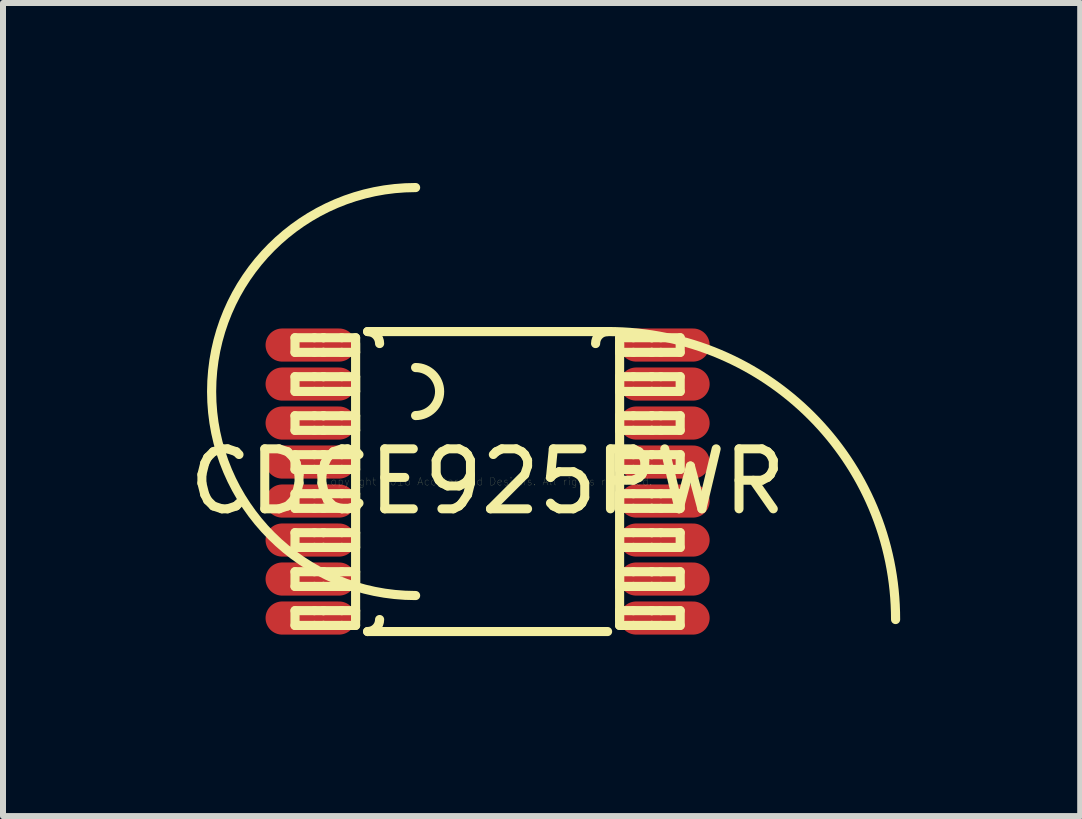
<source format=kicad_pcb>
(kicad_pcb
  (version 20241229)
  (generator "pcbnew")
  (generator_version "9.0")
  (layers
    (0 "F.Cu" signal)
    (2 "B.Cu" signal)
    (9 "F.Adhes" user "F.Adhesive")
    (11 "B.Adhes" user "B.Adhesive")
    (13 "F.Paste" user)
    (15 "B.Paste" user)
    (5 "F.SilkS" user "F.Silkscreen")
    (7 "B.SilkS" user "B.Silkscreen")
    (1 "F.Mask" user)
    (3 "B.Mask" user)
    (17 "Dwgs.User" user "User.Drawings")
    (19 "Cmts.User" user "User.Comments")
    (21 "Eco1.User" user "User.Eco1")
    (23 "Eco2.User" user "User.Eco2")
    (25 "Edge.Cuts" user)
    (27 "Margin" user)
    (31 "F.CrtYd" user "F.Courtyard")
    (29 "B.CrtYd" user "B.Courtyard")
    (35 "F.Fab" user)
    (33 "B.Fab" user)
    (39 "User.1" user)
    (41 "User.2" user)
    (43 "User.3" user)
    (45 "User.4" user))
  (footprint "CDCE925PWR"
    (layer "F.Cu")
    (at 5.077 4.976)
    (property "Reference" "CDCE925PWR" (at 0 0 0) (layer "F.SilkS") (effects (font (size 1 1) (thickness 0.15))))
    (attr through_hole)
    (fp_line (start -3.21 -2.397) (end -2.887 -2.397) (stroke (width 0.152) (type solid)) (layer "F.SilkS"))
    (fp_line (start -3.21 -2.153) (end -3.21 -2.397) (stroke (width 0.152) (type solid)) (layer "F.SilkS"))
    (fp_line (start -3.21 -2.153) (end -2.887 -2.153) (stroke (width 0.152) (type solid)) (layer "F.SilkS"))
    (fp_line (start -3.21 -1.748) (end -2.887 -1.748) (stroke (width 0.152) (type solid)) (layer "F.SilkS"))
    (fp_line (start -3.21 -1.502) (end -3.21 -1.748) (stroke (width 0.152) (type solid)) (layer "F.SilkS"))
    (fp_line (start -3.21 -1.502) (end -2.887 -1.502) (stroke (width 0.152) (type solid)) (layer "F.SilkS"))
    (fp_line (start -3.21 -1.097) (end -2.887 -1.097) (stroke (width 0.152) (type solid)) (layer "F.SilkS"))
    (fp_line (start -3.21 -0.853) (end -3.21 -1.097) (stroke (width 0.152) (type solid)) (layer "F.SilkS"))
    (fp_line (start -3.21 -0.853) (end -2.887 -0.853) (stroke (width 0.152) (type solid)) (layer "F.SilkS"))
    (fp_line (start -3.21 -0.448) (end -2.887 -0.448) (stroke (width 0.152) (type solid)) (layer "F.SilkS"))
    (fp_line (start -3.21 -0.202) (end -3.21 -0.448) (stroke (width 0.152) (type solid)) (layer "F.SilkS"))
    (fp_line (start -3.21 -0.202) (end -2.887 -0.202) (stroke (width 0.152) (type solid)) (layer "F.SilkS"))
    (fp_line (start -3.21 0.203) (end -2.887 0.203) (stroke (width 0.152) (type solid)) (layer "F.SilkS"))
    (fp_line (start -3.21 0.447) (end -3.21 0.203) (stroke (width 0.152) (type solid)) (layer "F.SilkS"))
    (fp_line (start -3.21 0.447) (end -2.887 0.447) (stroke (width 0.152) (type solid)) (layer "F.SilkS"))
    (fp_line (start -3.21 0.852) (end -2.887 0.852) (stroke (width 0.152) (type solid)) (layer "F.SilkS"))
    (fp_line (start -3.21 1.098) (end -3.21 0.852) (stroke (width 0.152) (type solid)) (layer "F.SilkS"))
    (fp_line (start -3.21 1.098) (end -2.887 1.098) (stroke (width 0.152) (type solid)) (layer "F.SilkS"))
    (fp_line (start -3.21 1.503) (end -2.887 1.503) (stroke (width 0.152) (type solid)) (layer "F.SilkS"))
    (fp_line (start -3.21 1.748) (end -3.21 1.503) (stroke (width 0.152) (type solid)) (layer "F.SilkS"))
    (fp_line (start -3.21 1.748) (end -2.887 1.748) (stroke (width 0.152) (type solid)) (layer "F.SilkS"))
    (fp_line (start -3.21 2.152) (end -2.887 2.152) (stroke (width 0.152) (type solid)) (layer "F.SilkS"))
    (fp_line (start -3.21 2.398) (end -3.21 2.152) (stroke (width 0.152) (type solid)) (layer "F.SilkS"))
    (fp_line (start -3.21 2.398) (end -2.887 2.398) (stroke (width 0.152) (type solid)) (layer "F.SilkS"))
    (fp_line (start -2.887 -2.397) (end -2.739 -2.397) (stroke (width 0.152) (type solid)) (layer "F.SilkS"))
    (fp_line (start -2.887 -2.153) (end -2.739 -2.153) (stroke (width 0.152) (type solid)) (layer "F.SilkS"))
    (fp_line (start -2.887 -1.748) (end -2.739 -1.748) (stroke (width 0.152) (type solid)) (layer "F.SilkS"))
    (fp_line (start -2.887 -1.502) (end -2.739 -1.502) (stroke (width 0.152) (type solid)) (layer "F.SilkS"))
    (fp_line (start -2.887 -1.097) (end -2.739 -1.097) (stroke (width 0.152) (type solid)) (layer "F.SilkS"))
    (fp_line (start -2.887 -0.853) (end -2.739 -0.853) (stroke (width 0.152) (type solid)) (layer "F.SilkS"))
    (fp_line (start -2.887 -0.448) (end -2.739 -0.448) (stroke (width 0.152) (type solid)) (layer "F.SilkS"))
    (fp_line (start -2.887 -0.202) (end -2.739 -0.202) (stroke (width 0.152) (type solid)) (layer "F.SilkS"))
    (fp_line (start -2.887 0.203) (end -2.739 0.203) (stroke (width 0.152) (type solid)) (layer "F.SilkS"))
    (fp_line (start -2.887 0.447) (end -2.739 0.447) (stroke (width 0.152) (type solid)) (layer "F.SilkS"))
    (fp_line (start -2.887 0.852) (end -2.739 0.852) (stroke (width 0.152) (type solid)) (layer "F.SilkS"))
    (fp_line (start -2.887 1.098) (end -2.739 1.098) (stroke (width 0.152) (type solid)) (layer "F.SilkS"))
    (fp_line (start -2.887 1.503) (end -2.739 1.503) (stroke (width 0.152) (type solid)) (layer "F.SilkS"))
    (fp_line (start -2.887 1.748) (end -2.739 1.748) (stroke (width 0.152) (type solid)) (layer "F.SilkS"))
    (fp_line (start -2.887 2.152) (end -2.739 2.152) (stroke (width 0.152) (type solid)) (layer "F.SilkS"))
    (fp_line (start -2.887 2.398) (end -2.739 2.398) (stroke (width 0.152) (type solid)) (layer "F.SilkS"))
    (fp_line (start -2.739 -2.397) (end -2.733 -2.397) (stroke (width 0.152) (type solid)) (layer "F.SilkS"))
    (fp_line (start -2.739 -2.153) (end -2.733 -2.153) (stroke (width 0.152) (type solid)) (layer "F.SilkS"))
    (fp_line (start -2.739 -1.748) (end -2.733 -1.748) (stroke (width 0.152) (type solid)) (layer "F.SilkS"))
    (fp_line (start -2.739 -1.502) (end -2.733 -1.502) (stroke (width 0.152) (type solid)) (layer "F.SilkS"))
    (fp_line (start -2.739 -1.097) (end -2.733 -1.097) (stroke (width 0.152) (type solid)) (layer "F.SilkS"))
    (fp_line (start -2.739 -0.853) (end -2.733 -0.853) (stroke (width 0.152) (type solid)) (layer "F.SilkS"))
    (fp_line (start -2.739 -0.448) (end -2.733 -0.448) (stroke (width 0.152) (type solid)) (layer "F.SilkS"))
    (fp_line (start -2.739 -0.202) (end -2.733 -0.202) (stroke (width 0.152) (type solid)) (layer "F.SilkS"))
    (fp_line (start -2.739 0.203) (end -2.733 0.203) (stroke (width 0.152) (type solid)) (layer "F.SilkS"))
    (fp_line (start -2.739 0.447) (end -2.733 0.447) (stroke (width 0.152) (type solid)) (layer "F.SilkS"))
    (fp_line (start -2.739 0.852) (end -2.733 0.852) (stroke (width 0.152) (type solid)) (layer "F.SilkS"))
    (fp_line (start -2.739 1.098) (end -2.733 1.098) (stroke (width 0.152) (type solid)) (layer "F.SilkS"))
    (fp_line (start -2.739 1.503) (end -2.733 1.503) (stroke (width 0.152) (type solid)) (layer "F.SilkS"))
    (fp_line (start -2.739 1.748) (end -2.733 1.748) (stroke (width 0.152) (type solid)) (layer "F.SilkS"))
    (fp_line (start -2.739 2.152) (end -2.733 2.152) (stroke (width 0.152) (type solid)) (layer "F.SilkS"))
    (fp_line (start -2.739 2.398) (end -2.733 2.398) (stroke (width 0.152) (type solid)) (layer "F.SilkS"))
    (fp_line (start -2.733 -2.397) (end -2.431 -2.397) (stroke (width 0.152) (type solid)) (layer "F.SilkS"))
    (fp_line (start -2.733 -2.153) (end -2.431 -2.153) (stroke (width 0.152) (type solid)) (layer "F.SilkS"))
    (fp_line (start -2.733 -1.748) (end -2.431 -1.748) (stroke (width 0.152) (type solid)) (layer "F.SilkS"))
    (fp_line (start -2.733 -1.502) (end -2.431 -1.502) (stroke (width 0.152) (type solid)) (layer "F.SilkS"))
    (fp_line (start -2.733 -1.097) (end -2.431 -1.097) (stroke (width 0.152) (type solid)) (layer "F.SilkS"))
    (fp_line (start -2.733 -0.853) (end -2.431 -0.853) (stroke (width 0.152) (type solid)) (layer "F.SilkS"))
    (fp_line (start -2.733 -0.448) (end -2.431 -0.448) (stroke (width 0.152) (type solid)) (layer "F.SilkS"))
    (fp_line (start -2.733 -0.202) (end -2.431 -0.202) (stroke (width 0.152) (type solid)) (layer "F.SilkS"))
    (fp_line (start -2.733 0.203) (end -2.431 0.203) (stroke (width 0.152) (type solid)) (layer "F.SilkS"))
    (fp_line (start -2.733 0.447) (end -2.431 0.447) (stroke (width 0.152) (type solid)) (layer "F.SilkS"))
    (fp_line (start -2.733 0.852) (end -2.431 0.852) (stroke (width 0.152) (type solid)) (layer "F.SilkS"))
    (fp_line (start -2.733 1.098) (end -2.431 1.098) (stroke (width 0.152) (type solid)) (layer "F.SilkS"))
    (fp_line (start -2.733 1.503) (end -2.431 1.503) (stroke (width 0.152) (type solid)) (layer "F.SilkS"))
    (fp_line (start -2.733 1.748) (end -2.431 1.748) (stroke (width 0.152) (type solid)) (layer "F.SilkS"))
    (fp_line (start -2.733 2.152) (end -2.431 2.152) (stroke (width 0.152) (type solid)) (layer "F.SilkS"))
    (fp_line (start -2.733 2.398) (end -2.431 2.398) (stroke (width 0.152) (type solid)) (layer "F.SilkS"))
    (fp_line (start -2.431 -2.397) (end -2.2 -2.397) (stroke (width 0.152) (type solid)) (layer "F.SilkS"))
    (fp_line (start -2.431 -2.153) (end -2.2 -2.153) (stroke (width 0.152) (type solid)) (layer "F.SilkS"))
    (fp_line (start -2.431 -1.748) (end -2.2 -1.748) (stroke (width 0.152) (type solid)) (layer "F.SilkS"))
    (fp_line (start -2.431 -1.502) (end -2.2 -1.502) (stroke (width 0.152) (type solid)) (layer "F.SilkS"))
    (fp_line (start -2.431 -1.097) (end -2.2 -1.097) (stroke (width 0.152) (type solid)) (layer "F.SilkS"))
    (fp_line (start -2.431 -0.853) (end -2.2 -0.853) (stroke (width 0.152) (type solid)) (layer "F.SilkS"))
    (fp_line (start -2.431 -0.448) (end -2.2 -0.448) (stroke (width 0.152) (type solid)) (layer "F.SilkS"))
    (fp_line (start -2.431 -0.202) (end -2.2 -0.202) (stroke (width 0.152) (type solid)) (layer "F.SilkS"))
    (fp_line (start -2.431 0.203) (end -2.2 0.203) (stroke (width 0.152) (type solid)) (layer "F.SilkS"))
    (fp_line (start -2.431 0.447) (end -2.2 0.447) (stroke (width 0.152) (type solid)) (layer "F.SilkS"))
    (fp_line (start -2.431 0.852) (end -2.2 0.852) (stroke (width 0.152) (type solid)) (layer "F.SilkS"))
    (fp_line (start -2.431 1.098) (end -2.2 1.098) (stroke (width 0.152) (type solid)) (layer "F.SilkS"))
    (fp_line (start -2.431 1.503) (end -2.2 1.503) (stroke (width 0.152) (type solid)) (layer "F.SilkS"))
    (fp_line (start -2.431 1.748) (end -2.2 1.748) (stroke (width 0.152) (type solid)) (layer "F.SilkS"))
    (fp_line (start -2.431 2.152) (end -2.2 2.152) (stroke (width 0.152) (type solid)) (layer "F.SilkS"))
    (fp_line (start -2.431 2.398) (end -2.2 2.398) (stroke (width 0.152) (type solid)) (layer "F.SilkS"))
    (fp_line (start -2.2 -2.153) (end -2.2 -2.397) (stroke (width 0.152) (type solid)) (layer "F.SilkS"))
    (fp_line (start -2.2 -1.502) (end -2.2 -1.748) (stroke (width 0.152) (type solid)) (layer "F.SilkS"))
    (fp_line (start -2.2 -0.853) (end -2.2 -1.097) (stroke (width 0.152) (type solid)) (layer "F.SilkS"))
    (fp_line (start -2.2 -0.202) (end -2.2 -0.448) (stroke (width 0.152) (type solid)) (layer "F.SilkS"))
    (fp_line (start -2.2 0.447) (end -2.2 0.203) (stroke (width 0.152) (type solid)) (layer "F.SilkS"))
    (fp_line (start -2.2 1.098) (end -2.2 0.852) (stroke (width 0.152) (type solid)) (layer "F.SilkS"))
    (fp_line (start -2.2 1.748) (end -2.2 1.503) (stroke (width 0.152) (type solid)) (layer "F.SilkS"))
    (fp_line (start -2.2 2.3) (end -2.2 -2.3) (stroke (width 0.152) (type solid)) (layer "F.SilkS"))
    (fp_line (start -2.2 2.398) (end -2.2 2.152) (stroke (width 0.152) (type solid)) (layer "F.SilkS"))
    (fp_line (start -2 -2.5) (end 2 -2.5) (stroke (width 0.152) (type solid)) (layer "F.SilkS"))
    (fp_line (start -2 2.5) (end 2 2.5) (stroke (width 0.152) (type solid)) (layer "F.SilkS"))
    (fp_line (start 2.2 -2.397) (end 2.43 -2.397) (stroke (width 0.152) (type solid)) (layer "F.SilkS"))
    (fp_line (start 2.2 -2.153) (end 2.2 -2.397) (stroke (width 0.152) (type solid)) (layer "F.SilkS"))
    (fp_line (start 2.2 -2.153) (end 2.43 -2.153) (stroke (width 0.152) (type solid)) (layer "F.SilkS"))
    (fp_line (start 2.2 -1.748) (end 2.43 -1.748) (stroke (width 0.152) (type solid)) (layer "F.SilkS"))
    (fp_line (start 2.2 -1.502) (end 2.2 -1.748) (stroke (width 0.152) (type solid)) (layer "F.SilkS"))
    (fp_line (start 2.2 -1.502) (end 2.43 -1.502) (stroke (width 0.152) (type solid)) (layer "F.SilkS"))
    (fp_line (start 2.2 -1.097) (end 2.43 -1.097) (stroke (width 0.152) (type solid)) (layer "F.SilkS"))
    (fp_line (start 2.2 -0.853) (end 2.2 -1.097) (stroke (width 0.152) (type solid)) (layer "F.SilkS"))
    (fp_line (start 2.2 -0.853) (end 2.43 -0.853) (stroke (width 0.152) (type solid)) (layer "F.SilkS"))
    (fp_line (start 2.2 -0.448) (end 2.43 -0.448) (stroke (width 0.152) (type solid)) (layer "F.SilkS"))
    (fp_line (start 2.2 -0.202) (end 2.2 -0.448) (stroke (width 0.152) (type solid)) (layer "F.SilkS"))
    (fp_line (start 2.2 -0.202) (end 2.43 -0.202) (stroke (width 0.152) (type solid)) (layer "F.SilkS"))
    (fp_line (start 2.2 0.203) (end 2.43 0.203) (stroke (width 0.152) (type solid)) (layer "F.SilkS"))
    (fp_line (start 2.2 0.447) (end 2.2 0.203) (stroke (width 0.152) (type solid)) (layer "F.SilkS"))
    (fp_line (start 2.2 0.447) (end 2.43 0.447) (stroke (width 0.152) (type solid)) (layer "F.SilkS"))
    (fp_line (start 2.2 0.852) (end 2.43 0.852) (stroke (width 0.152) (type solid)) (layer "F.SilkS"))
    (fp_line (start 2.2 1.098) (end 2.2 0.852) (stroke (width 0.152) (type solid)) (layer "F.SilkS"))
    (fp_line (start 2.2 1.098) (end 2.43 1.098) (stroke (width 0.152) (type solid)) (layer "F.SilkS"))
    (fp_line (start 2.2 1.503) (end 2.43 1.503) (stroke (width 0.152) (type solid)) (layer "F.SilkS"))
    (fp_line (start 2.2 1.748) (end 2.2 1.503) (stroke (width 0.152) (type solid)) (layer "F.SilkS"))
    (fp_line (start 2.2 1.748) (end 2.43 1.748) (stroke (width 0.152) (type solid)) (layer "F.SilkS"))
    (fp_line (start 2.2 2.152) (end 2.43 2.152) (stroke (width 0.152) (type solid)) (layer "F.SilkS"))
    (fp_line (start 2.2 2.3) (end 2.2 -2.3) (stroke (width 0.152) (type solid)) (layer "F.SilkS"))
    (fp_line (start 2.2 2.398) (end 2.2 2.152) (stroke (width 0.152) (type solid)) (layer "F.SilkS"))
    (fp_line (start 2.2 2.398) (end 2.43 2.398) (stroke (width 0.152) (type solid)) (layer "F.SilkS"))
    (fp_line (start 2.43 -2.397) (end 2.733 -2.397) (stroke (width 0.152) (type solid)) (layer "F.SilkS"))
    (fp_line (start 2.43 -2.153) (end 2.733 -2.153) (stroke (width 0.152) (type solid)) (layer "F.SilkS"))
    (fp_line (start 2.43 -1.748) (end 2.733 -1.748) (stroke (width 0.152) (type solid)) (layer "F.SilkS"))
    (fp_line (start 2.43 -1.502) (end 2.733 -1.502) (stroke (width 0.152) (type solid)) (layer "F.SilkS"))
    (fp_line (start 2.43 -1.097) (end 2.733 -1.097) (stroke (width 0.152) (type solid)) (layer "F.SilkS"))
    (fp_line (start 2.43 -0.853) (end 2.733 -0.853) (stroke (width 0.152) (type solid)) (layer "F.SilkS"))
    (fp_line (start 2.43 -0.448) (end 2.733 -0.448) (stroke (width 0.152) (type solid)) (layer "F.SilkS"))
    (fp_line (start 2.43 -0.202) (end 2.733 -0.202) (stroke (width 0.152) (type solid)) (layer "F.SilkS"))
    (fp_line (start 2.43 0.203) (end 2.733 0.203) (stroke (width 0.152) (type solid)) (layer "F.SilkS"))
    (fp_line (start 2.43 0.447) (end 2.733 0.447) (stroke (width 0.152) (type solid)) (layer "F.SilkS"))
    (fp_line (start 2.43 0.852) (end 2.733 0.852) (stroke (width 0.152) (type solid)) (layer "F.SilkS"))
    (fp_line (start 2.43 1.098) (end 2.733 1.098) (stroke (width 0.152) (type solid)) (layer "F.SilkS"))
    (fp_line (start 2.43 1.503) (end 2.733 1.503) (stroke (width 0.152) (type solid)) (layer "F.SilkS"))
    (fp_line (start 2.43 1.748) (end 2.733 1.748) (stroke (width 0.152) (type solid)) (layer "F.SilkS"))
    (fp_line (start 2.43 2.152) (end 2.733 2.152) (stroke (width 0.152) (type solid)) (layer "F.SilkS"))
    (fp_line (start 2.43 2.398) (end 2.733 2.398) (stroke (width 0.152) (type solid)) (layer "F.SilkS"))
    (fp_line (start 2.733 -2.397) (end 2.739 -2.397) (stroke (width 0.152) (type solid)) (layer "F.SilkS"))
    (fp_line (start 2.733 -2.153) (end 2.739 -2.153) (stroke (width 0.152) (type solid)) (layer "F.SilkS"))
    (fp_line (start 2.733 -1.748) (end 2.739 -1.748) (stroke (width 0.152) (type solid)) (layer "F.SilkS"))
    (fp_line (start 2.733 -1.502) (end 2.739 -1.502) (stroke (width 0.152) (type solid)) (layer "F.SilkS"))
    (fp_line (start 2.733 -1.097) (end 2.739 -1.097) (stroke (width 0.152) (type solid)) (layer "F.SilkS"))
    (fp_line (start 2.733 -0.853) (end 2.739 -0.853) (stroke (width 0.152) (type solid)) (layer "F.SilkS"))
    (fp_line (start 2.733 -0.448) (end 2.739 -0.448) (stroke (width 0.152) (type solid)) (layer "F.SilkS"))
    (fp_line (start 2.733 -0.202) (end 2.739 -0.202) (stroke (width 0.152) (type solid)) (layer "F.SilkS"))
    (fp_line (start 2.733 0.203) (end 2.739 0.203) (stroke (width 0.152) (type solid)) (layer "F.SilkS"))
    (fp_line (start 2.733 0.447) (end 2.739 0.447) (stroke (width 0.152) (type solid)) (layer "F.SilkS"))
    (fp_line (start 2.733 0.852) (end 2.739 0.852) (stroke (width 0.152) (type solid)) (layer "F.SilkS"))
    (fp_line (start 2.733 1.098) (end 2.739 1.098) (stroke (width 0.152) (type solid)) (layer "F.SilkS"))
    (fp_line (start 2.733 1.503) (end 2.739 1.503) (stroke (width 0.152) (type solid)) (layer "F.SilkS"))
    (fp_line (start 2.733 1.748) (end 2.739 1.748) (stroke (width 0.152) (type solid)) (layer "F.SilkS"))
    (fp_line (start 2.733 2.152) (end 2.739 2.152) (stroke (width 0.152) (type solid)) (layer "F.SilkS"))
    (fp_line (start 2.733 2.398) (end 2.739 2.398) (stroke (width 0.152) (type solid)) (layer "F.SilkS"))
    (fp_line (start 2.739 -2.397) (end 2.887 -2.397) (stroke (width 0.152) (type solid)) (layer "F.SilkS"))
    (fp_line (start 2.739 -2.153) (end 2.887 -2.153) (stroke (width 0.152) (type solid)) (layer "F.SilkS"))
    (fp_line (start 2.739 -1.748) (end 2.887 -1.748) (stroke (width 0.152) (type solid)) (layer "F.SilkS"))
    (fp_line (start 2.739 -1.502) (end 2.887 -1.502) (stroke (width 0.152) (type solid)) (layer "F.SilkS"))
    (fp_line (start 2.739 -1.097) (end 2.887 -1.097) (stroke (width 0.152) (type solid)) (layer "F.SilkS"))
    (fp_line (start 2.739 -0.853) (end 2.887 -0.853) (stroke (width 0.152) (type solid)) (layer "F.SilkS"))
    (fp_line (start 2.739 -0.448) (end 2.887 -0.448) (stroke (width 0.152) (type solid)) (layer "F.SilkS"))
    (fp_line (start 2.739 -0.202) (end 2.887 -0.202) (stroke (width 0.152) (type solid)) (layer "F.SilkS"))
    (fp_line (start 2.739 0.203) (end 2.887 0.203) (stroke (width 0.152) (type solid)) (layer "F.SilkS"))
    (fp_line (start 2.739 0.447) (end 2.887 0.447) (stroke (width 0.152) (type solid)) (layer "F.SilkS"))
    (fp_line (start 2.739 0.852) (end 2.887 0.852) (stroke (width 0.152) (type solid)) (layer "F.SilkS"))
    (fp_line (start 2.739 1.098) (end 2.887 1.098) (stroke (width 0.152) (type solid)) (layer "F.SilkS"))
    (fp_line (start 2.739 1.503) (end 2.887 1.503) (stroke (width 0.152) (type solid)) (layer "F.SilkS"))
    (fp_line (start 2.739 1.748) (end 2.887 1.748) (stroke (width 0.152) (type solid)) (layer "F.SilkS"))
    (fp_line (start 2.739 2.152) (end 2.887 2.152) (stroke (width 0.152) (type solid)) (layer "F.SilkS"))
    (fp_line (start 2.739 2.398) (end 2.887 2.398) (stroke (width 0.152) (type solid)) (layer "F.SilkS"))
    (fp_line (start 2.887 -2.397) (end 3.21 -2.397) (stroke (width 0.152) (type solid)) (layer "F.SilkS"))
    (fp_line (start 2.887 -2.153) (end 3.21 -2.153) (stroke (width 0.152) (type solid)) (layer "F.SilkS"))
    (fp_line (start 2.887 -1.748) (end 3.21 -1.748) (stroke (width 0.152) (type solid)) (layer "F.SilkS"))
    (fp_line (start 2.887 -1.502) (end 3.21 -1.502) (stroke (width 0.152) (type solid)) (layer "F.SilkS"))
    (fp_line (start 2.887 -1.097) (end 3.21 -1.097) (stroke (width 0.152) (type solid)) (layer "F.SilkS"))
    (fp_line (start 2.887 -0.853) (end 3.21 -0.853) (stroke (width 0.152) (type solid)) (layer "F.SilkS"))
    (fp_line (start 2.887 -0.448) (end 3.21 -0.448) (stroke (width 0.152) (type solid)) (layer "F.SilkS"))
    (fp_line (start 2.887 -0.202) (end 3.21 -0.202) (stroke (width 0.152) (type solid)) (layer "F.SilkS"))
    (fp_line (start 2.887 0.203) (end 3.21 0.203) (stroke (width 0.152) (type solid)) (layer "F.SilkS"))
    (fp_line (start 2.887 0.447) (end 3.21 0.447) (stroke (width 0.152) (type solid)) (layer "F.SilkS"))
    (fp_line (start 2.887 0.852) (end 3.21 0.852) (stroke (width 0.152) (type solid)) (layer "F.SilkS"))
    (fp_line (start 2.887 1.098) (end 3.21 1.098) (stroke (width 0.152) (type solid)) (layer "F.SilkS"))
    (fp_line (start 2.887 1.503) (end 3.21 1.503) (stroke (width 0.152) (type solid)) (layer "F.SilkS"))
    (fp_line (start 2.887 1.748) (end 3.21 1.748) (stroke (width 0.152) (type solid)) (layer "F.SilkS"))
    (fp_line (start 2.887 2.152) (end 3.21 2.152) (stroke (width 0.152) (type solid)) (layer "F.SilkS"))
    (fp_line (start 2.887 2.398) (end 3.21 2.398) (stroke (width 0.152) (type solid)) (layer "F.SilkS"))
    (fp_line (start 3.21 -2.153) (end 3.21 -2.397) (stroke (width 0.152) (type solid)) (layer "F.SilkS"))
    (fp_line (start 3.21 -1.502) (end 3.21 -1.748) (stroke (width 0.152) (type solid)) (layer "F.SilkS"))
    (fp_line (start 3.21 -0.853) (end 3.21 -1.097) (stroke (width 0.152) (type solid)) (layer "F.SilkS"))
    (fp_line (start 3.21 -0.202) (end 3.21 -0.448) (stroke (width 0.152) (type solid)) (layer "F.SilkS"))
    (fp_line (start 3.21 0.447) (end 3.21 0.203) (stroke (width 0.152) (type solid)) (layer "F.SilkS"))
    (fp_line (start 3.21 1.098) (end 3.21 0.852) (stroke (width 0.152) (type solid)) (layer "F.SilkS"))
    (fp_line (start 3.21 1.748) (end 3.21 1.503) (stroke (width 0.152) (type solid)) (layer "F.SilkS"))
    (fp_line (start 3.21 2.398) (end 3.21 2.152) (stroke (width 0.152) (type solid)) (layer "F.SilkS"))
    (fp_arc (start -2.000001 -2.5) (mid -1.85858 -2.441421) (end -1.800001 -2.3) (stroke (width 0.1524) (type solid)) (layer "F.SilkS"))
    (fp_arc (start -1.800001 2.300016) (mid -1.85858 2.441437) (end -2.000001 2.500016) (stroke (width 0.1524) (type solid)) (layer "F.SilkS"))
    (fp_arc (start -1.200003 -1.900001) (mid -0.800004 -1.500002) (end -1.200003 -1.100003) (stroke (width 0.1524) (type solid)) (layer "F.SilkS"))
    (fp_arc (start -1.200003 1.900001) (mid -4.600006 -1.500002) (end -1.200003 -4.900005) (stroke (width 0.1524) (type solid)) (layer "F.SilkS"))
    (fp_arc (start 1.799991 -2.3) (mid 1.85857 -2.441421) (end 1.999991 -2.5) (stroke (width 0.1524) (type solid)) (layer "F.SilkS"))
    (fp_arc (start 1.999991 -2.500015) (mid 5.394125 -1.094118) (end 6.800022 2.300016) (stroke (width 0.1524) (type solid)) (layer "F.SilkS"))
    (fp_text user "Copyright 2016 Accelerated Designs. All rights reserved." (at 0 0 0) (layer "F.SilkS") (effects (font (size 0.127 0.127) (thickness 0.002))))
    (pad "1" smd oval (at -2.95 -2.275 90) (size 0.45 1.4) (layers "F.Cu" "F.Mask" "F.Paste"))
    (pad "1" smd oval (at -2.95 -2.275 90) (size 0.45 1.4) (layers "F.Cu" "F.Mask" "F.Paste"))
    (pad "1" smd oval (at -2.95 -2.275 90) (size 0.552 1.502) (layers "F.Cu" "F.Mask" "F.Paste"))
    (pad "2" smd oval (at -2.95 -1.625 90) (size 0.45 1.4) (layers "F.Cu" "F.Mask" "F.Paste"))
    (pad "2" smd oval (at -2.95 -1.625 90) (size 0.45 1.4) (layers "F.Cu" "F.Mask" "F.Paste"))
    (pad "2" smd oval (at -2.95 -1.625 90) (size 0.552 1.502) (layers "F.Cu" "F.Mask" "F.Paste"))
    (pad "3" smd oval (at -2.95 -0.975 90) (size 0.45 1.4) (layers "F.Cu" "F.Mask" "F.Paste"))
    (pad "3" smd oval (at -2.95 -0.975 90) (size 0.45 1.4) (layers "F.Cu" "F.Mask" "F.Paste"))
    (pad "3" smd oval (at -2.95 -0.975 90) (size 0.552 1.502) (layers "F.Cu" "F.Mask" "F.Paste"))
    (pad "4" smd oval (at -2.95 -0.325 90) (size 0.45 1.4) (layers "F.Cu" "F.Mask" "F.Paste"))
    (pad "4" smd oval (at -2.95 -0.325 90) (size 0.45 1.4) (layers "F.Cu" "F.Mask" "F.Paste"))
    (pad "4" smd oval (at -2.95 -0.325 90) (size 0.552 1.502) (layers "F.Cu" "F.Mask" "F.Paste"))
    (pad "5" smd oval (at -2.95 0.325 90) (size 0.45 1.4) (layers "F.Cu" "F.Mask" "F.Paste"))
    (pad "5" smd oval (at -2.95 0.325 90) (size 0.45 1.4) (layers "F.Cu" "F.Mask" "F.Paste"))
    (pad "5" smd oval (at -2.95 0.325 90) (size 0.552 1.502) (layers "F.Cu" "F.Mask" "F.Paste"))
    (pad "6" smd oval (at -2.95 0.975 90) (size 0.45 1.4) (layers "F.Cu" "F.Mask" "F.Paste"))
    (pad "6" smd oval (at -2.95 0.975 90) (size 0.45 1.4) (layers "F.Cu" "F.Mask" "F.Paste"))
    (pad "6" smd oval (at -2.95 0.975 90) (size 0.552 1.502) (layers "F.Cu" "F.Mask" "F.Paste"))
    (pad "7" smd oval (at -2.95 1.625 90) (size 0.45 1.4) (layers "F.Cu" "F.Mask" "F.Paste"))
    (pad "7" smd oval (at -2.95 1.625 90) (size 0.45 1.4) (layers "F.Cu" "F.Mask" "F.Paste"))
    (pad "7" smd oval (at -2.95 1.625 90) (size 0.552 1.502) (layers "F.Cu" "F.Mask" "F.Paste"))
    (pad "8" smd oval (at -2.95 2.275 90) (size 0.45 1.4) (layers "F.Cu" "F.Mask" "F.Paste"))
    (pad "8" smd oval (at -2.95 2.275 90) (size 0.45 1.4) (layers "F.Cu" "F.Mask" "F.Paste"))
    (pad "8" smd oval (at -2.95 2.275 90) (size 0.552 1.502) (layers "F.Cu" "F.Mask" "F.Paste"))
    (pad "9" smd oval (at 2.95 2.275 90) (size 0.45 1.4) (layers "F.Cu" "F.Mask" "F.Paste"))
    (pad "9" smd oval (at 2.95 2.275 90) (size 0.45 1.4) (layers "F.Cu" "F.Mask" "F.Paste"))
    (pad "9" smd oval (at 2.95 2.275 90) (size 0.552 1.502) (layers "F.Cu" "F.Mask" "F.Paste"))
    (pad "10" smd oval (at 2.95 1.625 90) (size 0.45 1.4) (layers "F.Cu" "F.Mask" "F.Paste"))
    (pad "10" smd oval (at 2.95 1.625 90) (size 0.45 1.4) (layers "F.Cu" "F.Mask" "F.Paste"))
    (pad "10" smd oval (at 2.95 1.625 90) (size 0.552 1.502) (layers "F.Cu" "F.Mask" "F.Paste"))
    (pad "11" smd oval (at 2.95 0.975 90) (size 0.45 1.4) (layers "F.Cu" "F.Mask" "F.Paste"))
    (pad "11" smd oval (at 2.95 0.975 90) (size 0.45 1.4) (layers "F.Cu" "F.Mask" "F.Paste"))
    (pad "11" smd oval (at 2.95 0.975 90) (size 0.552 1.502) (layers "F.Cu" "F.Mask" "F.Paste"))
    (pad "12" smd oval (at 2.95 0.325 90) (size 0.45 1.4) (layers "F.Cu" "F.Mask" "F.Paste"))
    (pad "12" smd oval (at 2.95 0.325 90) (size 0.45 1.4) (layers "F.Cu" "F.Mask" "F.Paste"))
    (pad "12" smd oval (at 2.95 0.325 90) (size 0.552 1.502) (layers "F.Cu" "F.Mask" "F.Paste"))
    (pad "13" smd oval (at 2.95 -0.325 90) (size 0.45 1.4) (layers "F.Cu" "F.Mask" "F.Paste"))
    (pad "13" smd oval (at 2.95 -0.325 90) (size 0.45 1.4) (layers "F.Cu" "F.Mask" "F.Paste"))
    (pad "13" smd oval (at 2.95 -0.325 90) (size 0.552 1.502) (layers "F.Cu" "F.Mask" "F.Paste"))
    (pad "14" smd oval (at 2.95 -0.975 90) (size 0.45 1.4) (layers "F.Cu" "F.Mask" "F.Paste"))
    (pad "14" smd oval (at 2.95 -0.975 90) (size 0.45 1.4) (layers "F.Cu" "F.Mask" "F.Paste"))
    (pad "14" smd oval (at 2.95 -0.975 90) (size 0.552 1.502) (layers "F.Cu" "F.Mask" "F.Paste"))
    (pad "15" smd oval (at 2.95 -1.625 90) (size 0.45 1.4) (layers "F.Cu" "F.Mask" "F.Paste"))
    (pad "15" smd oval (at 2.95 -1.625 90) (size 0.45 1.4) (layers "F.Cu" "F.Mask" "F.Paste"))
    (pad "15" smd oval (at 2.95 -1.625 90) (size 0.552 1.502) (layers "F.Cu" "F.Mask" "F.Paste"))
    (pad "16" smd oval (at 2.95 -2.275 90) (size 0.45 1.4) (layers "F.Cu" "F.Mask" "F.Paste"))
    (pad "16" smd oval (at 2.95 -2.275 90) (size 0.45 1.4) (layers "F.Cu" "F.Mask" "F.Paste"))
    (pad "16" smd oval (at 2.95 -2.275 90) (size 0.552 1.502) (layers "F.Cu" "F.Mask" "F.Paste")))
  (gr_rect
    (start -3 -3)
    (end 14.954 10.552)
    (stroke (width 0.1) (type default))
    (fill no)
    (layer "Edge.Cuts")))
</source>
